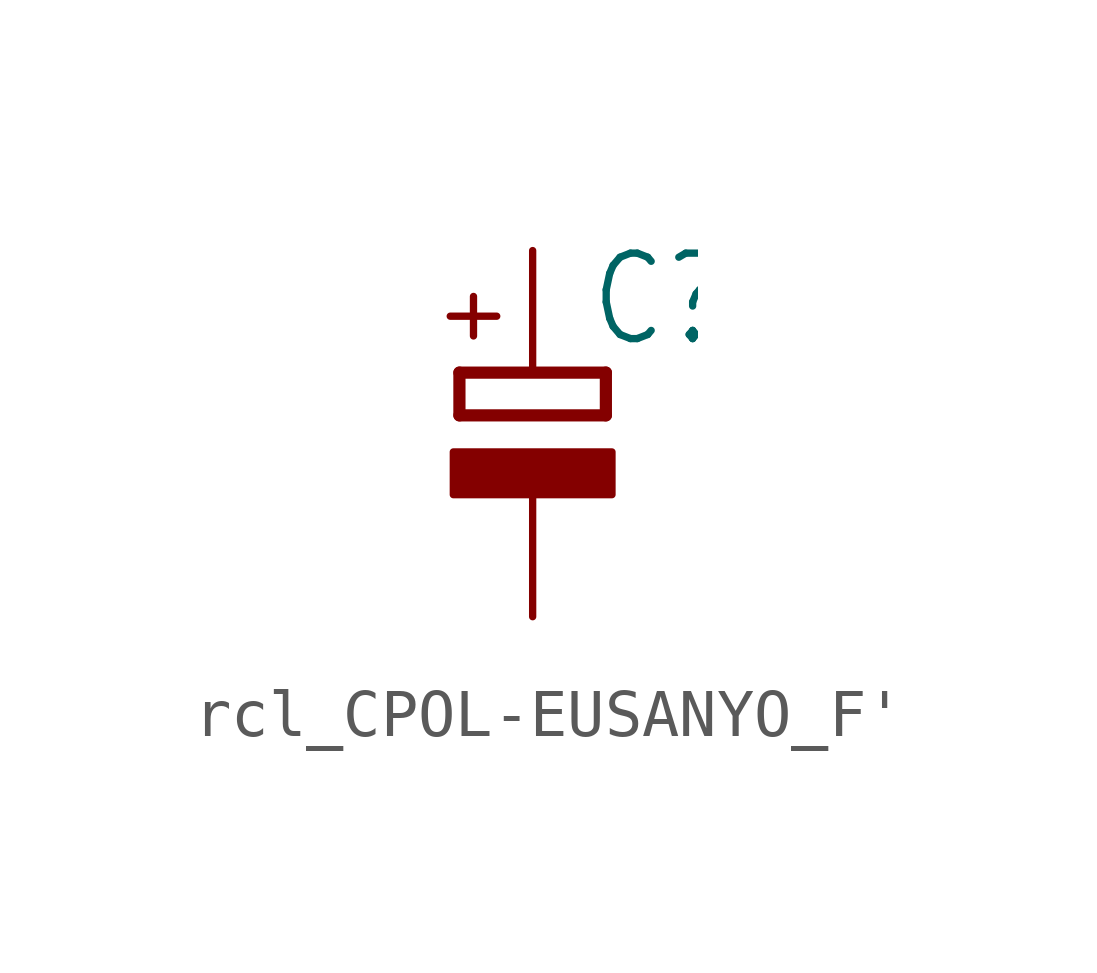
<source format=kicad_sym>
(kicad_symbol_lib
  (version 20231120)
  (generator "kicad_symbol_editor")
  (generator_version "8.0")
  (symbol "rcl_CPOL-EUSANYO_F'"
    (property "Reference" "C"
      (at 1.143 0.483 0)
      (effects (font (size 1.778 1.511)) (justify left bottom)))
    (property "Value" ""
      (at 1.143 -4.597 0)
      (effects (font (size 1.778 1.511)) (justify left bottom)))
    (property "ki_locked" ""
      (at 0 0 0)
      (effects (font (size 1.27 1.27))))
    (symbol "rcl_CPOL-EUSANYO_F'_1_0"
      (rectangle (start -1.651 -2.54) (end 1.651 -1.651) (stroke (width 0) (type default)) (fill (type outline)))
      (polyline (pts (xy -1.524 -0.889) (xy 1.524 -0.889)) (stroke (width 0.254) (type solid)) (fill (type none)))
      (polyline (pts (xy -1.524 0) (xy -1.524 -0.889)) (stroke (width 0.254) (type solid)) (fill (type none)))
      (polyline (pts (xy -1.524 0) (xy 1.524 0)) (stroke (width 0.254) (type solid)) (fill (type none)))
      (polyline (pts (xy 1.524 -0.889) (xy 1.524 0)) (stroke (width 0.254) (type solid)) (fill (type none)))
      (text "+" (at -0.584 0.406 900) (effects (font (size 1.27 1.079)) (justify left bottom)))
      (pin passive line (at 0 2.54 270) (length 2.54) (name "+" (effects (font (size 0 0)))) (number "+" (effects (font (size 0 0)))))
      (pin passive line (at 0 -5.08 90) (length 2.54) (name "-" (effects (font (size 0 0)))) (number "-" (effects (font (size 0 0))))))))
</source>
